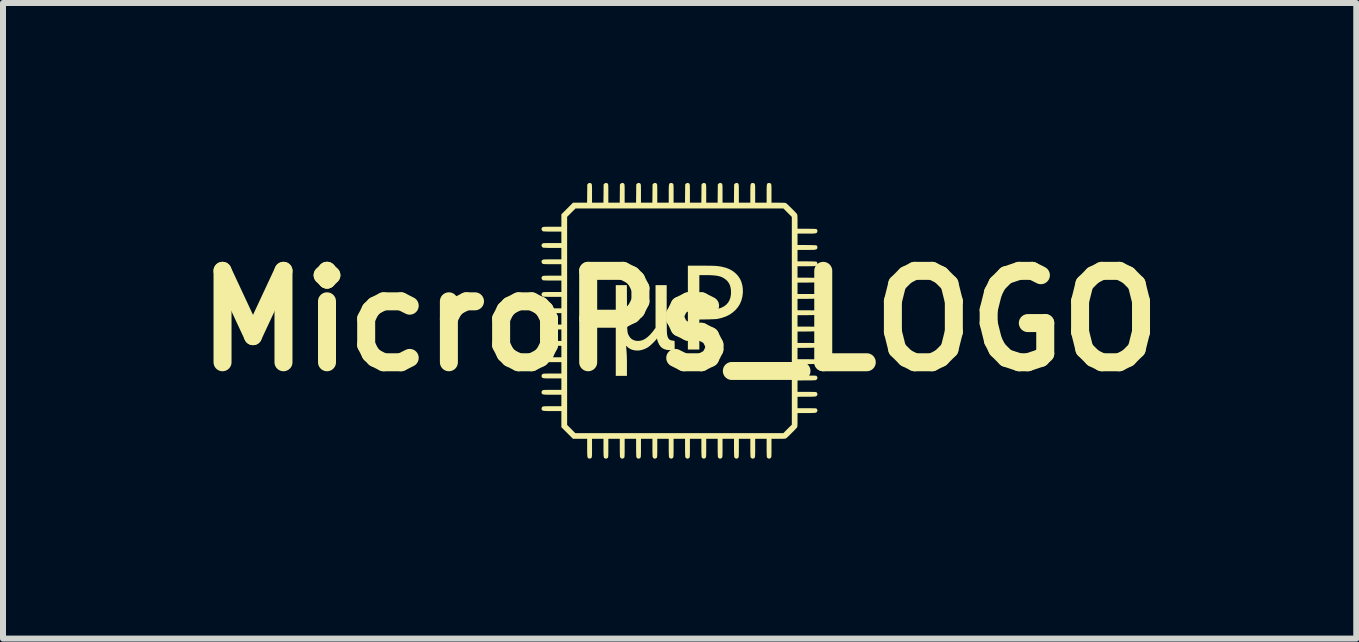
<source format=kicad_pcb>
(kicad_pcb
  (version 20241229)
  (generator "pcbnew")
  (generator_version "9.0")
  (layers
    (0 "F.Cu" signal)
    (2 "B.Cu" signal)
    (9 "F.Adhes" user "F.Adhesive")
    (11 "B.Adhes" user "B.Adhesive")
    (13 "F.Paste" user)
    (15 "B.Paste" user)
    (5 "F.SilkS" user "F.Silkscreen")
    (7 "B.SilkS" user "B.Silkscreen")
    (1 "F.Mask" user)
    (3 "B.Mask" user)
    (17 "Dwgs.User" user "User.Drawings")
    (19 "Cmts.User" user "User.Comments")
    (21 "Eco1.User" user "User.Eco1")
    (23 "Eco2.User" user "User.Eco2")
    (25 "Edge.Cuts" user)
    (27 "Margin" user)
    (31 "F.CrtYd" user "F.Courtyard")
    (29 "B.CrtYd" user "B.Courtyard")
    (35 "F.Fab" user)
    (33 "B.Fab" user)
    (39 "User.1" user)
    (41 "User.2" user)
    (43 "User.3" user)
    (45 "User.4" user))
  (footprint "MicroPs_LOGO"
    (layer "F.Cu")
    (at 8.28 2.3)
    (property "Reference" "MicroPs_LOGO" (at 0 0 0) (layer "F.SilkS") (effects (font (size 1.524 1.524) (thickness 0.3))))
    (attr board_only exclude_from_pos_files exclude_from_bom)
    (fp_poly (pts (xy 0.357 -0.921) (xy 0.417 -0.921) (xy 0.468 -0.92) (xy 0.512 -0.92) (xy 0.55 -0.919) (xy 0.582 -0.918) (xy 0.61 -0.916) (xy 0.634 -0.914) (xy 0.657 -0.911) (xy 0.678 -0.908) (xy 0.7 -0.904) (xy 0.708 -0.902) (xy 0.774 -0.885) (xy 0.834 -0.861) (xy 0.888 -0.83) (xy 0.934 -0.793) (xy 0.974 -0.751) (xy 1.006 -0.703) (xy 1.03 -0.651) (xy 1.046 -0.593) (xy 1.054 -0.537) (xy 1.055 -0.467) (xy 1.046 -0.402) (xy 1.03 -0.34) (xy 1.006 -0.283) (xy 0.973 -0.23) (xy 0.933 -0.183) (xy 0.886 -0.141) (xy 0.833 -0.104) (xy 0.772 -0.074) (xy 0.705 -0.051) (xy 0.64 -0.035) (xy 0.621 -0.032) (xy 0.597 -0.03) (xy 0.565 -0.028) (xy 0.527 -0.027) (xy 0.48 -0.025) (xy 0.464 -0.025) (xy 0.329 -0.023) (xy 0.329 0.477) (xy 0.138 0.477) (xy 0.138 -0.763) (xy 0.329 -0.763) (xy 0.329 -0.186) (xy 0.433 -0.186) (xy 0.467 -0.186) (xy 0.5 -0.187) (xy 0.53 -0.188) (xy 0.556 -0.189) (xy 0.575 -0.191) (xy 0.578 -0.191) (xy 0.638 -0.202) (xy 0.692 -0.218) (xy 0.738 -0.241) (xy 0.776 -0.269) (xy 0.807 -0.303) (xy 0.831 -0.344) (xy 0.847 -0.39) (xy 0.856 -0.442) (xy 0.857 -0.462) (xy 0.856 -0.518) (xy 0.847 -0.568) (xy 0.831 -0.613) (xy 0.807 -0.652) (xy 0.775 -0.685) (xy 0.736 -0.713) (xy 0.72 -0.721) (xy 0.696 -0.733) (xy 0.67 -0.742) (xy 0.643 -0.749) (xy 0.613 -0.754) (xy 0.579 -0.758) (xy 0.538 -0.761) (xy 0.491 -0.763) (xy 0.436 -0.763) (xy 0.428 -0.763) (xy 0.329 -0.763) (xy 0.138 -0.763) (xy 0.138 -0.921)) (stroke (width 0) (type solid)) (fill yes) (layer "F.SilkS"))
    (fp_poly (pts (xy -0.877 -0.221) (xy -0.876 -0.149) (xy -0.876 -0.086) (xy -0.876 -0.031) (xy -0.875 0.016) (xy -0.875 0.057) (xy -0.874 0.091) (xy -0.873 0.12) (xy -0.872 0.144) (xy -0.87 0.164) (xy -0.868 0.18) (xy -0.866 0.194) (xy -0.863 0.205) (xy -0.86 0.216) (xy -0.856 0.225) (xy -0.851 0.235) (xy -0.846 0.245) (xy -0.845 0.247) (xy -0.824 0.279) (xy -0.797 0.304) (xy -0.763 0.322) (xy -0.725 0.332) (xy -0.692 0.334) (xy -0.652 0.33) (xy -0.613 0.319) (xy -0.574 0.299) (xy -0.536 0.271) (xy -0.496 0.234) (xy -0.456 0.189) (xy -0.435 0.162) (xy -0.401 0.116) (xy -0.401 -0.596) (xy -0.215 -0.596) (xy -0.215 -0.211) (xy -0.215 -0.138) (xy -0.214 -0.07) (xy -0.214 -0.008) (xy -0.214 0.048) (xy -0.213 0.096) (xy -0.213 0.137) (xy -0.212 0.171) (xy -0.211 0.195) (xy -0.21 0.211) (xy -0.21 0.215) (xy -0.203 0.252) (xy -0.193 0.281) (xy -0.178 0.303) (xy -0.158 0.318) (xy -0.133 0.326) (xy -0.115 0.329) (xy -0.084 0.332) (xy -0.082 0.403) (xy -0.082 0.431) (xy -0.082 0.454) (xy -0.084 0.47) (xy -0.085 0.478) (xy -0.086 0.479) (xy -0.093 0.482) (xy -0.108 0.484) (xy -0.128 0.485) (xy -0.15 0.486) (xy -0.174 0.486) (xy -0.195 0.485) (xy -0.213 0.483) (xy -0.219 0.482) (xy -0.258 0.47) (xy -0.291 0.452) (xy -0.318 0.427) (xy -0.341 0.394) (xy -0.36 0.353) (xy -0.368 0.329) (xy -0.378 0.294) (xy -0.393 0.313) (xy -0.41 0.333) (xy -0.432 0.356) (xy -0.456 0.38) (xy -0.481 0.403) (xy -0.505 0.423) (xy -0.526 0.439) (xy -0.534 0.444) (xy -0.584 0.469) (xy -0.635 0.486) (xy -0.686 0.494) (xy -0.735 0.493) (xy -0.742 0.492) (xy -0.784 0.483) (xy -0.821 0.469) (xy -0.854 0.448) (xy -0.875 0.43) (xy -0.893 0.413) (xy -0.89 0.441) (xy -0.887 0.479) (xy -0.884 0.514) (xy -0.882 0.547) (xy -0.88 0.581) (xy -0.879 0.617) (xy -0.878 0.657) (xy -0.878 0.703) (xy -0.878 0.748) (xy -0.878 0.916) (xy -1.064 0.916) (xy -1.064 -0.596) (xy -0.879 -0.596)) (stroke (width 0) (type solid)) (fill yes) (layer "F.SilkS"))
    (fp_poly (pts (xy 0.969 -2.296) (xy 0.978 -2.287) (xy 0.981 -2.284) (xy 0.983 -2.279) (xy 0.984 -2.273) (xy 0.986 -2.264) (xy 0.987 -2.251) (xy 0.987 -2.234) (xy 0.988 -2.21) (xy 0.988 -2.18) (xy 0.988 -2.141) (xy 0.988 -2.123) (xy 0.988 -1.971) (xy 1.179 -1.971) (xy 1.179 -2.116) (xy 1.179 -2.161) (xy 1.179 -2.198) (xy 1.18 -2.227) (xy 1.181 -2.249) (xy 1.183 -2.266) (xy 1.185 -2.278) (xy 1.189 -2.286) (xy 1.193 -2.292) (xy 1.198 -2.295) (xy 1.215 -2.3) (xy 1.233 -2.298) (xy 1.247 -2.29) (xy 1.25 -2.287) (xy 1.253 -2.284) (xy 1.255 -2.279) (xy 1.256 -2.273) (xy 1.258 -2.264) (xy 1.259 -2.251) (xy 1.259 -2.234) (xy 1.26 -2.21) (xy 1.26 -2.18) (xy 1.26 -2.141) (xy 1.26 -2.123) (xy 1.26 -1.971) (xy 1.451 -1.971) (xy 1.451 -2.116) (xy 1.451 -2.161) (xy 1.451 -2.198) (xy 1.452 -2.227) (xy 1.453 -2.249) (xy 1.455 -2.266) (xy 1.457 -2.278) (xy 1.461 -2.286) (xy 1.465 -2.292) (xy 1.47 -2.295) (xy 1.487 -2.3) (xy 1.505 -2.298) (xy 1.519 -2.29) (xy 1.522 -2.287) (xy 1.525 -2.284) (xy 1.527 -2.279) (xy 1.528 -2.273) (xy 1.53 -2.264) (xy 1.531 -2.251) (xy 1.531 -2.234) (xy 1.532 -2.21) (xy 1.532 -2.18) (xy 1.532 -2.141) (xy 1.532 -2.123) (xy 1.532 -1.971) (xy 1.647 -1.971) (xy 1.689 -1.97) (xy 1.723 -1.97) (xy 1.748 -1.969) (xy 1.765 -1.967) (xy 1.772 -1.965) (xy 1.779 -1.96) (xy 1.791 -1.949) (xy 1.808 -1.934) (xy 1.828 -1.915) (xy 1.849 -1.894) (xy 1.872 -1.871) (xy 1.894 -1.849) (xy 1.915 -1.828) (xy 1.933 -1.809) (xy 1.947 -1.794) (xy 1.956 -1.783) (xy 1.959 -1.779) (xy 1.961 -1.773) (xy 1.963 -1.763) (xy 1.964 -1.748) (xy 1.965 -1.727) (xy 1.966 -1.7) (xy 1.966 -1.664) (xy 1.966 -1.651) (xy 1.966 -1.537) (xy 2.119 -1.537) (xy 2.16 -1.536) (xy 2.196 -1.536) (xy 2.227 -1.535) (xy 2.252 -1.534) (xy 2.27 -1.533) (xy 2.279 -1.532) (xy 2.281 -1.532) (xy 2.292 -1.521) (xy 2.297 -1.505) (xy 2.297 -1.488) (xy 2.295 -1.483) (xy 2.291 -1.476) (xy 2.287 -1.47) (xy 2.281 -1.465) (xy 2.271 -1.462) (xy 2.258 -1.459) (xy 2.24 -1.457) (xy 2.216 -1.456) (xy 2.185 -1.456) (xy 2.146 -1.455) (xy 2.112 -1.455) (xy 1.966 -1.455) (xy 1.966 -1.265) (xy 2.119 -1.265) (xy 2.16 -1.264) (xy 2.196 -1.264) (xy 2.227 -1.263) (xy 2.252 -1.262) (xy 2.27 -1.261) (xy 2.279 -1.26) (xy 2.281 -1.26) (xy 2.292 -1.249) (xy 2.297 -1.233) (xy 2.297 -1.216) (xy 2.295 -1.211) (xy 2.291 -1.204) (xy 2.287 -1.198) (xy 2.281 -1.193) (xy 2.271 -1.19) (xy 2.258 -1.187) (xy 2.24 -1.185) (xy 2.216 -1.184) (xy 2.185 -1.184) (xy 2.146 -1.183) (xy 2.112 -1.183) (xy 1.966 -1.183) (xy 1.966 -0.993) (xy 2.119 -0.993) (xy 2.16 -0.992) (xy 2.196 -0.992) (xy 2.227 -0.991) (xy 2.252 -0.99) (xy 2.27 -0.989) (xy 2.279 -0.988) (xy 2.281 -0.988) (xy 2.292 -0.977) (xy 2.297 -0.961) (xy 2.297 -0.944) (xy 2.295 -0.939) (xy 2.291 -0.932) (xy 2.287 -0.926) (xy 2.281 -0.921) (xy 2.271 -0.918) (xy 2.258 -0.915) (xy 2.24 -0.913) (xy 2.216 -0.912) (xy 2.185 -0.912) (xy 2.146 -0.911) (xy 2.112 -0.911) (xy 1.966 -0.911) (xy 1.966 -0.721) (xy 2.119 -0.721) (xy 2.16 -0.72) (xy 2.196 -0.72) (xy 2.227 -0.719) (xy 2.252 -0.718) (xy 2.27 -0.717) (xy 2.279 -0.716) (xy 2.281 -0.716) (xy 2.292 -0.705) (xy 2.297 -0.689) (xy 2.297 -0.672) (xy 2.295 -0.667) (xy 2.291 -0.66) (xy 2.287 -0.654) (xy 2.281 -0.649) (xy 2.271 -0.646) (xy 2.258 -0.643) (xy 2.24 -0.641) (xy 2.216 -0.64) (xy 2.185 -0.64) (xy 2.146 -0.639) (xy 2.112 -0.639) (xy 1.966 -0.639) (xy 1.966 -0.449) (xy 2.121 -0.449) (xy 2.164 -0.449) (xy 2.198 -0.448) (xy 2.224 -0.448) (xy 2.245 -0.448) (xy 2.259 -0.447) (xy 2.27 -0.446) (xy 2.277 -0.444) (xy 2.281 -0.443) (xy 2.284 -0.44) (xy 2.286 -0.439) (xy 2.296 -0.423) (xy 2.298 -0.406) (xy 2.292 -0.39) (xy 2.28 -0.378) (xy 2.268 -0.372) (xy 2.258 -0.371) (xy 2.239 -0.37) (xy 2.214 -0.369) (xy 2.182 -0.368) (xy 2.144 -0.368) (xy 2.108 -0.367) (xy 1.966 -0.367) (xy 1.966 -0.177) (xy 2.121 -0.177) (xy 2.164 -0.177) (xy 2.198 -0.176) (xy 2.224 -0.176) (xy 2.245 -0.176) (xy 2.259 -0.175) (xy 2.27 -0.174) (xy 2.277 -0.172) (xy 2.281 -0.171) (xy 2.284 -0.168) (xy 2.286 -0.167) (xy 2.296 -0.151) (xy 2.298 -0.134) (xy 2.292 -0.118) (xy 2.28 -0.106) (xy 2.268 -0.1) (xy 2.258 -0.099) (xy 2.239 -0.098) (xy 2.214 -0.097) (xy 2.182 -0.096) (xy 2.144 -0.096) (xy 2.108 -0.095) (xy 1.966 -0.095) (xy 1.966 0.095) (xy 2.121 0.095) (xy 2.164 0.095) (xy 2.198 0.096) (xy 2.224 0.096) (xy 2.245 0.096) (xy 2.259 0.097) (xy 2.27 0.098) (xy 2.277 0.1) (xy 2.281 0.101) (xy 2.284 0.104) (xy 2.286 0.105) (xy 2.296 0.121) (xy 2.298 0.138) (xy 2.292 0.154) (xy 2.28 0.166) (xy 2.268 0.172) (xy 2.258 0.173) (xy 2.239 0.174) (xy 2.214 0.175) (xy 2.182 0.176) (xy 2.144 0.176) (xy 2.108 0.177) (xy 1.966 0.177) (xy 1.966 0.367) (xy 2.121 0.367) (xy 2.164 0.367) (xy 2.198 0.368) (xy 2.224 0.368) (xy 2.245 0.368) (xy 2.259 0.369) (xy 2.27 0.37) (xy 2.277 0.371) (xy 2.281 0.373) (xy 2.284 0.376) (xy 2.286 0.377) (xy 2.296 0.393) (xy 2.298 0.41) (xy 2.292 0.426) (xy 2.28 0.438) (xy 2.268 0.444) (xy 2.258 0.445) (xy 2.239 0.446) (xy 2.214 0.447) (xy 2.182 0.448) (xy 2.144 0.448) (xy 2.108 0.449) (xy 1.966 0.449) (xy 1.966 0.639) (xy 2.121 0.639) (xy 2.164 0.639) (xy 2.198 0.64) (xy 2.224 0.64) (xy 2.245 0.64) (xy 2.259 0.641) (xy 2.27 0.642) (xy 2.277 0.643) (xy 2.281 0.645) (xy 2.284 0.648) (xy 2.286 0.649) (xy 2.296 0.665) (xy 2.298 0.682) (xy 2.292 0.698) (xy 2.28 0.71) (xy 2.268 0.716) (xy 2.258 0.717) (xy 2.239 0.718) (xy 2.214 0.719) (xy 2.182 0.72) (xy 2.144 0.72) (xy 2.108 0.721) (xy 1.966 0.721) (xy 1.966 0.911) (xy 2.121 0.911) (xy 2.164 0.911) (xy 2.198 0.912) (xy 2.224 0.912) (xy 2.245 0.912) (xy 2.259 0.913) (xy 2.27 0.914) (xy 2.277 0.915) (xy 2.281 0.917) (xy 2.284 0.92) (xy 2.286 0.921) (xy 2.296 0.937) (xy 2.298 0.954) (xy 2.292 0.97) (xy 2.28 0.982) (xy 2.268 0.988) (xy 2.258 0.989) (xy 2.239 0.99) (xy 2.214 0.991) (xy 2.182 0.992) (xy 2.144 0.992) (xy 2.108 0.992) (xy 1.966 0.993) (xy 1.966 1.183) (xy 2.121 1.183) (xy 2.164 1.183) (xy 2.198 1.184) (xy 2.224 1.184) (xy 2.245 1.184) (xy 2.259 1.185) (xy 2.27 1.186) (xy 2.277 1.187) (xy 2.281 1.189) (xy 2.284 1.192) (xy 2.286 1.193) (xy 2.296 1.209) (xy 2.298 1.226) (xy 2.292 1.242) (xy 2.28 1.254) (xy 2.268 1.259) (xy 2.258 1.261) (xy 2.239 1.262) (xy 2.214 1.263) (xy 2.182 1.264) (xy 2.144 1.264) (xy 2.108 1.264) (xy 1.966 1.265) (xy 1.966 1.455) (xy 2.121 1.455) (xy 2.164 1.455) (xy 2.198 1.456) (xy 2.224 1.456) (xy 2.245 1.456) (xy 2.259 1.457) (xy 2.27 1.458) (xy 2.277 1.459) (xy 2.281 1.461) (xy 2.284 1.464) (xy 2.286 1.465) (xy 2.296 1.481) (xy 2.298 1.498) (xy 2.292 1.514) (xy 2.28 1.526) (xy 2.268 1.531) (xy 2.258 1.533) (xy 2.239 1.534) (xy 2.214 1.535) (xy 2.182 1.536) (xy 2.144 1.536) (xy 2.108 1.536) (xy 1.966 1.537) (xy 1.966 1.649) (xy 1.966 1.691) (xy 1.965 1.724) (xy 1.964 1.749) (xy 1.962 1.765) (xy 1.961 1.772) (xy 1.955 1.779) (xy 1.945 1.791) (xy 1.929 1.808) (xy 1.91 1.828) (xy 1.889 1.849) (xy 1.866 1.872) (xy 1.844 1.894) (xy 1.823 1.915) (xy 1.804 1.933) (xy 1.789 1.947) (xy 1.778 1.956) (xy 1.774 1.959) (xy 1.768 1.961) (xy 1.758 1.963) (xy 1.743 1.964) (xy 1.723 1.965) (xy 1.695 1.966) (xy 1.659 1.966) (xy 1.646 1.966) (xy 1.532 1.966) (xy 1.532 2.118) (xy 1.532 2.16) (xy 1.532 2.194) (xy 1.531 2.22) (xy 1.531 2.24) (xy 1.53 2.255) (xy 1.529 2.265) (xy 1.527 2.272) (xy 1.525 2.277) (xy 1.523 2.281) (xy 1.522 2.282) (xy 1.508 2.293) (xy 1.492 2.297) (xy 1.476 2.293) (xy 1.462 2.283) (xy 1.456 2.271) (xy 1.454 2.261) (xy 1.453 2.241) (xy 1.452 2.211) (xy 1.451 2.173) (xy 1.451 2.125) (xy 1.451 2.111) (xy 1.451 1.966) (xy 1.26 1.966) (xy 1.26 2.118) (xy 1.26 2.16) (xy 1.26 2.194) (xy 1.259 2.22) (xy 1.259 2.24) (xy 1.258 2.255) (xy 1.257 2.265) (xy 1.255 2.272) (xy 1.253 2.277) (xy 1.251 2.281) (xy 1.25 2.282) (xy 1.236 2.293) (xy 1.22 2.297) (xy 1.204 2.293) (xy 1.19 2.283) (xy 1.184 2.271) (xy 1.182 2.261) (xy 1.181 2.241) (xy 1.18 2.211) (xy 1.179 2.173) (xy 1.179 2.125) (xy 1.179 2.111) (xy 1.179 1.966) (xy 0.988 1.966) (xy 0.988 2.118) (xy 0.988 2.16) (xy 0.988 2.194) (xy 0.987 2.22) (xy 0.987 2.24) (xy 0.986 2.255) (xy 0.985 2.265) (xy 0.983 2.272) (xy 0.981 2.277) (xy 0.979 2.281) (xy 0.978 2.282) (xy 0.964 2.293) (xy 0.948 2.297) (xy 0.932 2.293) (xy 0.918 2.283) (xy 0.912 2.271) (xy 0.91 2.261) (xy 0.909 2.241) (xy 0.908 2.211) (xy 0.907 2.173) (xy 0.907 2.125) (xy 0.907 2.111) (xy 0.907 1.966) (xy 0.716 1.966) (xy 0.716 2.118) (xy 0.716 2.16) (xy 0.716 2.194) (xy 0.715 2.22) (xy 0.715 2.24) (xy 0.714 2.255) (xy 0.713 2.265) (xy 0.711 2.272) (xy 0.709 2.277) (xy 0.707 2.281) (xy 0.706 2.282) (xy 0.692 2.293) (xy 0.676 2.297) (xy 0.66 2.293) (xy 0.646 2.283) (xy 0.64 2.271) (xy 0.638 2.261) (xy 0.637 2.241) (xy 0.636 2.211) (xy 0.635 2.173) (xy 0.635 2.125) (xy 0.635 2.111) (xy 0.635 1.966) (xy 0.444 1.966) (xy 0.444 2.118) (xy 0.444 2.16) (xy 0.444 2.194) (xy 0.443 2.22) (xy 0.443 2.24) (xy 0.442 2.255) (xy 0.441 2.265) (xy 0.439 2.272) (xy 0.438 2.277) (xy 0.435 2.281) (xy 0.434 2.282) (xy 0.42 2.293) (xy 0.404 2.297) (xy 0.388 2.293) (xy 0.374 2.283) (xy 0.368 2.271) (xy 0.366 2.261) (xy 0.365 2.241) (xy 0.364 2.211) (xy 0.363 2.173) (xy 0.363 2.125) (xy 0.363 2.111) (xy 0.363 1.966) (xy 0.172 1.966) (xy 0.172 2.118) (xy 0.172 2.16) (xy 0.172 2.194) (xy 0.171 2.22) (xy 0.171 2.24) (xy 0.17 2.255) (xy 0.169 2.265) (xy 0.167 2.272) (xy 0.166 2.277) (xy 0.163 2.281) (xy 0.162 2.282) (xy 0.148 2.293) (xy 0.132 2.297) (xy 0.116 2.293) (xy 0.102 2.283) (xy 0.096 2.271) (xy 0.094 2.261) (xy 0.093 2.241) (xy 0.092 2.211) (xy 0.091 2.173) (xy 0.091 2.125) (xy 0.091 2.111) (xy 0.091 1.966) (xy -0.1 1.966) (xy -0.1 2.118) (xy -0.1 2.16) (xy -0.1 2.194) (xy -0.101 2.22) (xy -0.101 2.24) (xy -0.102 2.255) (xy -0.103 2.265) (xy -0.105 2.272) (xy -0.106 2.277) (xy -0.109 2.281) (xy -0.11 2.282) (xy -0.124 2.293) (xy -0.14 2.297) (xy -0.156 2.293) (xy -0.17 2.283) (xy -0.176 2.271) (xy -0.178 2.261) (xy -0.179 2.241) (xy -0.18 2.211) (xy -0.181 2.173) (xy -0.181 2.125) (xy -0.181 2.111) (xy -0.181 1.966) (xy -0.372 1.966) (xy -0.372 2.118) (xy -0.372 2.16) (xy -0.372 2.194) (xy -0.373 2.22) (xy -0.373 2.24) (xy -0.374 2.255) (xy -0.375 2.265) (xy -0.376 2.272) (xy -0.378 2.277) (xy -0.381 2.281) (xy -0.382 2.282) (xy -0.396 2.293) (xy -0.412 2.297) (xy -0.428 2.293) (xy -0.441 2.283) (xy -0.448 2.271) (xy -0.45 2.261) (xy -0.451 2.241) (xy -0.452 2.211) (xy -0.453 2.173) (xy -0.453 2.125) (xy -0.453 2.111) (xy -0.453 1.966) (xy -0.644 1.966) (xy -0.644 2.118) (xy -0.644 2.16) (xy -0.644 2.194) (xy -0.645 2.22) (xy -0.645 2.24) (xy -0.646 2.255) (xy -0.647 2.265) (xy -0.648 2.272) (xy -0.65 2.277) (xy -0.653 2.281) (xy -0.654 2.282) (xy -0.668 2.293) (xy -0.684 2.297) (xy -0.7 2.293) (xy -0.713 2.283) (xy -0.72 2.271) (xy -0.722 2.261) (xy -0.723 2.241) (xy -0.724 2.211) (xy -0.725 2.173) (xy -0.725 2.125) (xy -0.725 2.111) (xy -0.725 1.966) (xy -0.916 1.966) (xy -0.916 2.118) (xy -0.916 2.16) (xy -0.916 2.194) (xy -0.917 2.22) (xy -0.917 2.24) (xy -0.918 2.255) (xy -0.919 2.265) (xy -0.92 2.272) (xy -0.922 2.277) (xy -0.925 2.281) (xy -0.926 2.282) (xy -0.94 2.293) (xy -0.956 2.297) (xy -0.972 2.293) (xy -0.985 2.283) (xy -0.992 2.271) (xy -0.994 2.261) (xy -0.995 2.241) (xy -0.996 2.211) (xy -0.997 2.173) (xy -0.997 2.125) (xy -0.997 2.111) (xy -0.997 1.966) (xy -1.188 1.966) (xy -1.188 2.12) (xy -1.188 2.163) (xy -1.188 2.196) (xy -1.188 2.223) (xy -1.189 2.243) (xy -1.19 2.257) (xy -1.191 2.268) (xy -1.192 2.274) (xy -1.194 2.279) (xy -1.196 2.282) (xy -1.199 2.284) (xy -1.214 2.294) (xy -1.231 2.296) (xy -1.242 2.294) (xy -1.249 2.291) (xy -1.255 2.287) (xy -1.26 2.281) (xy -1.263 2.272) (xy -1.266 2.258) (xy -1.267 2.239) (xy -1.268 2.214) (xy -1.269 2.182) (xy -1.269 2.142) (xy -1.269 2.112) (xy -1.269 1.966) (xy -1.46 1.966) (xy -1.46 2.12) (xy -1.46 2.163) (xy -1.46 2.196) (xy -1.46 2.223) (xy -1.461 2.243) (xy -1.462 2.257) (xy -1.463 2.267) (xy -1.464 2.274) (xy -1.466 2.279) (xy -1.468 2.282) (xy -1.471 2.284) (xy -1.488 2.295) (xy -1.505 2.296) (xy -1.516 2.293) (xy -1.523 2.289) (xy -1.528 2.285) (xy -1.532 2.278) (xy -1.536 2.268) (xy -1.538 2.255) (xy -1.539 2.236) (xy -1.54 2.211) (xy -1.541 2.179) (xy -1.541 2.139) (xy -1.541 2.111) (xy -1.541 1.966) (xy -1.777 1.966) (xy -1.874 1.869) (xy -1.971 1.772) (xy -1.971 1.734) (xy -1.875 1.734) (xy -1.807 1.802) (xy -1.739 1.871) (xy 1.73 1.871) (xy 1.8 1.8) (xy 1.871 1.73) (xy 1.871 -1.734) (xy 1.8 -1.805) (xy 1.73 -1.875) (xy -1.734 -1.875) (xy -1.805 -1.805) (xy -1.875 -1.735) (xy -1.875 1.734) (xy -1.971 1.734) (xy -1.971 1.503) (xy -2.119 1.503) (xy -2.164 1.503) (xy -2.2 1.503) (xy -2.228 1.502) (xy -2.25 1.501) (xy -2.267 1.499) (xy -2.279 1.496) (xy -2.287 1.493) (xy -2.293 1.488) (xy -2.297 1.482) (xy -2.3 1.476) (xy -2.302 1.458) (xy -2.296 1.441) (xy -2.285 1.43) (xy -2.281 1.427) (xy -2.275 1.426) (xy -2.265 1.424) (xy -2.252 1.423) (xy -2.233 1.423) (xy -2.208 1.422) (xy -2.176 1.422) (xy -2.136 1.422) (xy -2.122 1.422) (xy -1.971 1.422) (xy -1.971 1.231) (xy -2.119 1.231) (xy -2.164 1.231) (xy -2.2 1.231) (xy -2.228 1.23) (xy -2.25 1.229) (xy -2.267 1.227) (xy -2.279 1.224) (xy -2.287 1.221) (xy -2.293 1.216) (xy -2.297 1.21) (xy -2.3 1.204) (xy -2.302 1.186) (xy -2.296 1.169) (xy -2.285 1.158) (xy -2.281 1.155) (xy -2.275 1.154) (xy -2.265 1.152) (xy -2.252 1.151) (xy -2.233 1.151) (xy -2.208 1.15) (xy -2.176 1.15) (xy -2.136 1.15) (xy -2.122 1.15) (xy -1.971 1.15) (xy -1.971 0.959) (xy -2.119 0.959) (xy -2.164 0.959) (xy -2.2 0.959) (xy -2.228 0.958) (xy -2.25 0.957) (xy -2.267 0.955) (xy -2.279 0.952) (xy -2.287 0.949) (xy -2.293 0.944) (xy -2.297 0.938) (xy -2.3 0.932) (xy -2.302 0.914) (xy -2.296 0.897) (xy -2.285 0.886) (xy -2.281 0.883) (xy -2.275 0.882) (xy -2.265 0.88) (xy -2.252 0.879) (xy -2.233 0.879) (xy -2.208 0.878) (xy -2.176 0.878) (xy -2.136 0.878) (xy -2.122 0.878) (xy -1.971 0.878) (xy -1.971 0.687) (xy -2.119 0.687) (xy -2.164 0.687) (xy -2.2 0.687) (xy -2.228 0.686) (xy -2.25 0.685) (xy -2.267 0.683) (xy -2.279 0.68) (xy -2.287 0.677) (xy -2.293 0.672) (xy -2.297 0.666) (xy -2.3 0.66) (xy -2.302 0.642) (xy -2.296 0.625) (xy -2.285 0.614) (xy -2.281 0.611) (xy -2.275 0.61) (xy -2.265 0.608) (xy -2.252 0.607) (xy -2.233 0.607) (xy -2.208 0.606) (xy -2.176 0.606) (xy -2.136 0.606) (xy -2.122 0.606) (xy -1.971 0.606) (xy -1.971 0.415) (xy -2.118 0.415) (xy -2.156 0.415) (xy -2.191 0.415) (xy -2.222 0.414) (xy -2.247 0.413) (xy -2.266 0.412) (xy -2.276 0.411) (xy -2.278 0.411) (xy -2.29 0.401) (xy -2.299 0.387) (xy -2.303 0.371) (xy -2.302 0.365) (xy -2.296 0.353) (xy -2.287 0.343) (xy -2.283 0.341) (xy -2.279 0.339) (xy -2.272 0.337) (xy -2.263 0.336) (xy -2.249 0.335) (xy -2.231 0.335) (xy -2.206 0.334) (xy -2.174 0.334) (xy -2.134 0.334) (xy -2.123 0.334) (xy -1.971 0.334) (xy -1.971 0.143) (xy -2.118 0.143) (xy -2.156 0.143) (xy -2.191 0.143) (xy -2.222 0.142) (xy -2.247 0.141) (xy -2.266 0.14) (xy -2.276 0.139) (xy -2.278 0.139) (xy -2.29 0.129) (xy -2.299 0.115) (xy -2.303 0.099) (xy -2.302 0.093) (xy -2.296 0.081) (xy -2.287 0.072) (xy -2.283 0.069) (xy -2.279 0.067) (xy -2.272 0.065) (xy -2.263 0.064) (xy -2.249 0.063) (xy -2.231 0.063) (xy -2.206 0.062) (xy -2.174 0.062) (xy -2.134 0.062) (xy -2.123 0.062) (xy -1.971 0.062) (xy -1.971 -0.129) (xy -2.118 -0.129) (xy -2.156 -0.129) (xy -2.191 -0.129) (xy -2.222 -0.13) (xy -2.247 -0.131) (xy -2.266 -0.132) (xy -2.276 -0.133) (xy -2.278 -0.133) (xy -2.29 -0.143) (xy -2.299 -0.157) (xy -2.303 -0.173) (xy -2.302 -0.179) (xy -2.296 -0.191) (xy -2.287 -0.2) (xy -2.283 -0.203) (xy -2.279 -0.205) (xy -2.272 -0.207) (xy -2.263 -0.208) (xy -2.249 -0.209) (xy -2.231 -0.209) (xy -2.206 -0.21) (xy -2.174 -0.21) (xy -2.134 -0.21) (xy -2.123 -0.21) (xy -1.971 -0.21) (xy -1.971 -0.401) (xy -2.118 -0.401) (xy -2.156 -0.401) (xy -2.191 -0.401) (xy -2.222 -0.402) (xy -2.247 -0.403) (xy -2.266 -0.404) (xy -2.276 -0.405) (xy -2.278 -0.405) (xy -2.29 -0.415) (xy -2.299 -0.429) (xy -2.303 -0.445) (xy -2.302 -0.451) (xy -2.296 -0.463) (xy -2.287 -0.472) (xy -2.283 -0.475) (xy -2.279 -0.477) (xy -2.272 -0.479) (xy -2.263 -0.48) (xy -2.249 -0.481) (xy -2.231 -0.481) (xy -2.206 -0.482) (xy -2.174 -0.482) (xy -2.134 -0.482) (xy -2.123 -0.482) (xy -1.971 -0.482) (xy -1.971 -0.673) (xy -2.118 -0.673) (xy -2.156 -0.673) (xy -2.191 -0.673) (xy -2.222 -0.674) (xy -2.247 -0.675) (xy -2.266 -0.676) (xy -2.276 -0.677) (xy -2.278 -0.677) (xy -2.29 -0.687) (xy -2.299 -0.701) (xy -2.303 -0.717) (xy -2.302 -0.723) (xy -2.296 -0.735) (xy -2.287 -0.744) (xy -2.283 -0.747) (xy -2.279 -0.749) (xy -2.272 -0.751) (xy -2.263 -0.752) (xy -2.249 -0.753) (xy -2.231 -0.753) (xy -2.206 -0.754) (xy -2.174 -0.754) (xy -2.134 -0.754) (xy -2.123 -0.754) (xy -1.971 -0.754) (xy -1.971 -0.945) (xy -2.118 -0.945) (xy -2.156 -0.945) (xy -2.191 -0.945) (xy -2.222 -0.946) (xy -2.247 -0.947) (xy -2.266 -0.948) (xy -2.276 -0.949) (xy -2.278 -0.949) (xy -2.29 -0.959) (xy -2.299 -0.973) (xy -2.303 -0.989) (xy -2.302 -0.995) (xy -2.296 -1.007) (xy -2.287 -1.016) (xy -2.283 -1.019) (xy -2.279 -1.021) (xy -2.272 -1.023) (xy -2.263 -1.024) (xy -2.249 -1.025) (xy -2.231 -1.025) (xy -2.206 -1.026) (xy -2.174 -1.026) (xy -2.134 -1.026) (xy -2.123 -1.026) (xy -1.971 -1.026) (xy -1.971 -1.217) (xy -2.118 -1.217) (xy -2.156 -1.217) (xy -2.191 -1.217) (xy -2.222 -1.218) (xy -2.247 -1.219) (xy -2.266 -1.22) (xy -2.276 -1.221) (xy -2.278 -1.221) (xy -2.29 -1.231) (xy -2.299 -1.245) (xy -2.303 -1.261) (xy -2.302 -1.267) (xy -2.296 -1.279) (xy -2.287 -1.288) (xy -2.283 -1.291) (xy -2.279 -1.293) (xy -2.272 -1.295) (xy -2.263 -1.296) (xy -2.249 -1.297) (xy -2.231 -1.297) (xy -2.206 -1.298) (xy -2.174 -1.298) (xy -2.134 -1.298) (xy -2.123 -1.298) (xy -1.971 -1.298) (xy -1.971 -1.489) (xy -2.118 -1.489) (xy -2.156 -1.489) (xy -2.191 -1.489) (xy -2.222 -1.49) (xy -2.247 -1.491) (xy -2.266 -1.492) (xy -2.276 -1.493) (xy -2.278 -1.493) (xy -2.29 -1.503) (xy -2.299 -1.517) (xy -2.303 -1.533) (xy -2.302 -1.539) (xy -2.296 -1.551) (xy -2.287 -1.56) (xy -2.283 -1.563) (xy -2.279 -1.565) (xy -2.272 -1.567) (xy -2.263 -1.568) (xy -2.249 -1.569) (xy -2.231 -1.569) (xy -2.206 -1.57) (xy -2.174 -1.57) (xy -2.134 -1.57) (xy -2.123 -1.57) (xy -1.971 -1.57) (xy -1.971 -1.777) (xy -1.874 -1.874) (xy -1.777 -1.971) (xy -1.542 -1.971) (xy -1.539 -2.275) (xy -1.527 -2.288) (xy -1.512 -2.298) (xy -1.495 -2.3) (xy -1.479 -2.296) (xy -1.47 -2.287) (xy -1.467 -2.284) (xy -1.465 -2.279) (xy -1.463 -2.273) (xy -1.462 -2.264) (xy -1.461 -2.251) (xy -1.461 -2.234) (xy -1.46 -2.21) (xy -1.46 -2.18) (xy -1.46 -2.141) (xy -1.46 -2.123) (xy -1.46 -1.971) (xy -1.27 -1.971) (xy -1.268 -2.123) (xy -1.267 -2.275) (xy -1.255 -2.288) (xy -1.24 -2.298) (xy -1.223 -2.3) (xy -1.207 -2.296) (xy -1.198 -2.287) (xy -1.195 -2.284) (xy -1.193 -2.279) (xy -1.191 -2.273) (xy -1.19 -2.264) (xy -1.189 -2.251) (xy -1.189 -2.234) (xy -1.188 -2.21) (xy -1.188 -2.18) (xy -1.188 -2.141) (xy -1.188 -2.123) (xy -1.188 -1.971) (xy -0.998 -1.971) (xy -0.995 -2.275) (xy -0.983 -2.288) (xy -0.968 -2.298) (xy -0.951 -2.3) (xy -0.935 -2.296) (xy -0.926 -2.287) (xy -0.923 -2.284) (xy -0.921 -2.279) (xy -0.919 -2.273) (xy -0.918 -2.264) (xy -0.917 -2.251) (xy -0.917 -2.234) (xy -0.916 -2.21) (xy -0.916 -2.18) (xy -0.916 -2.141) (xy -0.916 -2.123) (xy -0.916 -1.971) (xy -0.726 -1.971) (xy -0.724 -2.123) (xy -0.723 -2.275) (xy -0.711 -2.288) (xy -0.696 -2.298) (xy -0.679 -2.3) (xy -0.663 -2.296) (xy -0.654 -2.287) (xy -0.651 -2.284) (xy -0.649 -2.279) (xy -0.647 -2.273) (xy -0.646 -2.264) (xy -0.645 -2.251) (xy -0.645 -2.234) (xy -0.644 -2.21) (xy -0.644 -2.18) (xy -0.644 -2.141) (xy -0.644 -2.123) (xy -0.644 -1.971) (xy -0.454 -1.971) (xy -0.451 -2.275) (xy -0.439 -2.288) (xy -0.424 -2.298) (xy -0.407 -2.3) (xy -0.391 -2.296) (xy -0.382 -2.287) (xy -0.379 -2.284) (xy -0.377 -2.279) (xy -0.375 -2.273) (xy -0.374 -2.264) (xy -0.373 -2.251) (xy -0.373 -2.234) (xy -0.372 -2.21) (xy -0.372 -2.18) (xy -0.372 -2.141) (xy -0.372 -2.123) (xy -0.372 -1.971) (xy -0.181 -1.971) (xy -0.181 -2.116) (xy -0.181 -2.161) (xy -0.181 -2.198) (xy -0.18 -2.227) (xy -0.179 -2.249) (xy -0.177 -2.266) (xy -0.175 -2.278) (xy -0.171 -2.286) (xy -0.167 -2.292) (xy -0.162 -2.295) (xy -0.145 -2.3) (xy -0.127 -2.298) (xy -0.113 -2.29) (xy -0.11 -2.287) (xy -0.107 -2.284) (xy -0.105 -2.279) (xy -0.103 -2.273) (xy -0.102 -2.264) (xy -0.101 -2.251) (xy -0.101 -2.234) (xy -0.1 -2.21) (xy -0.1 -2.18) (xy -0.1 -2.141) (xy -0.1 -2.123) (xy -0.1 -1.971) (xy 0.09 -1.971) (xy 0.093 -2.275) (xy 0.105 -2.288) (xy 0.12 -2.298) (xy 0.137 -2.3) (xy 0.153 -2.296) (xy 0.162 -2.287) (xy 0.165 -2.284) (xy 0.167 -2.279) (xy 0.169 -2.273) (xy 0.17 -2.264) (xy 0.171 -2.251) (xy 0.171 -2.234) (xy 0.172 -2.21) (xy 0.172 -2.18) (xy 0.172 -2.141) (xy 0.172 -2.123) (xy 0.172 -1.971) (xy 0.362 -1.971) (xy 0.364 -2.123) (xy 0.365 -2.275) (xy 0.377 -2.288) (xy 0.392 -2.298) (xy 0.409 -2.3) (xy 0.425 -2.296) (xy 0.434 -2.287) (xy 0.437 -2.284) (xy 0.439 -2.279) (xy 0.44 -2.273) (xy 0.442 -2.264) (xy 0.443 -2.251) (xy 0.443 -2.234) (xy 0.444 -2.21) (xy 0.444 -2.18) (xy 0.444 -2.141) (xy 0.444 -2.123) (xy 0.444 -1.971) (xy 0.634 -1.971) (xy 0.637 -2.275) (xy 0.649 -2.288) (xy 0.664 -2.298) (xy 0.681 -2.3) (xy 0.697 -2.296) (xy 0.706 -2.287) (xy 0.709 -2.284) (xy 0.711 -2.279) (xy 0.712 -2.273) (xy 0.714 -2.264) (xy 0.715 -2.251) (xy 0.715 -2.234) (xy 0.716 -2.21) (xy 0.716 -2.18) (xy 0.716 -2.141) (xy 0.716 -2.123) (xy 0.716 -1.971) (xy 0.906 -1.971) (xy 0.909 -2.275) (xy 0.921 -2.288) (xy 0.936 -2.298) (xy 0.953 -2.3)) (stroke (width 0) (type solid)) (fill yes) (layer "F.SilkS")))
  (gr_rect
    (start -3 -3)
    (end 19.561 7.597)
    (stroke (width 0.1) (type default))
    (fill no)
    (layer "Edge.Cuts")))
</source>
